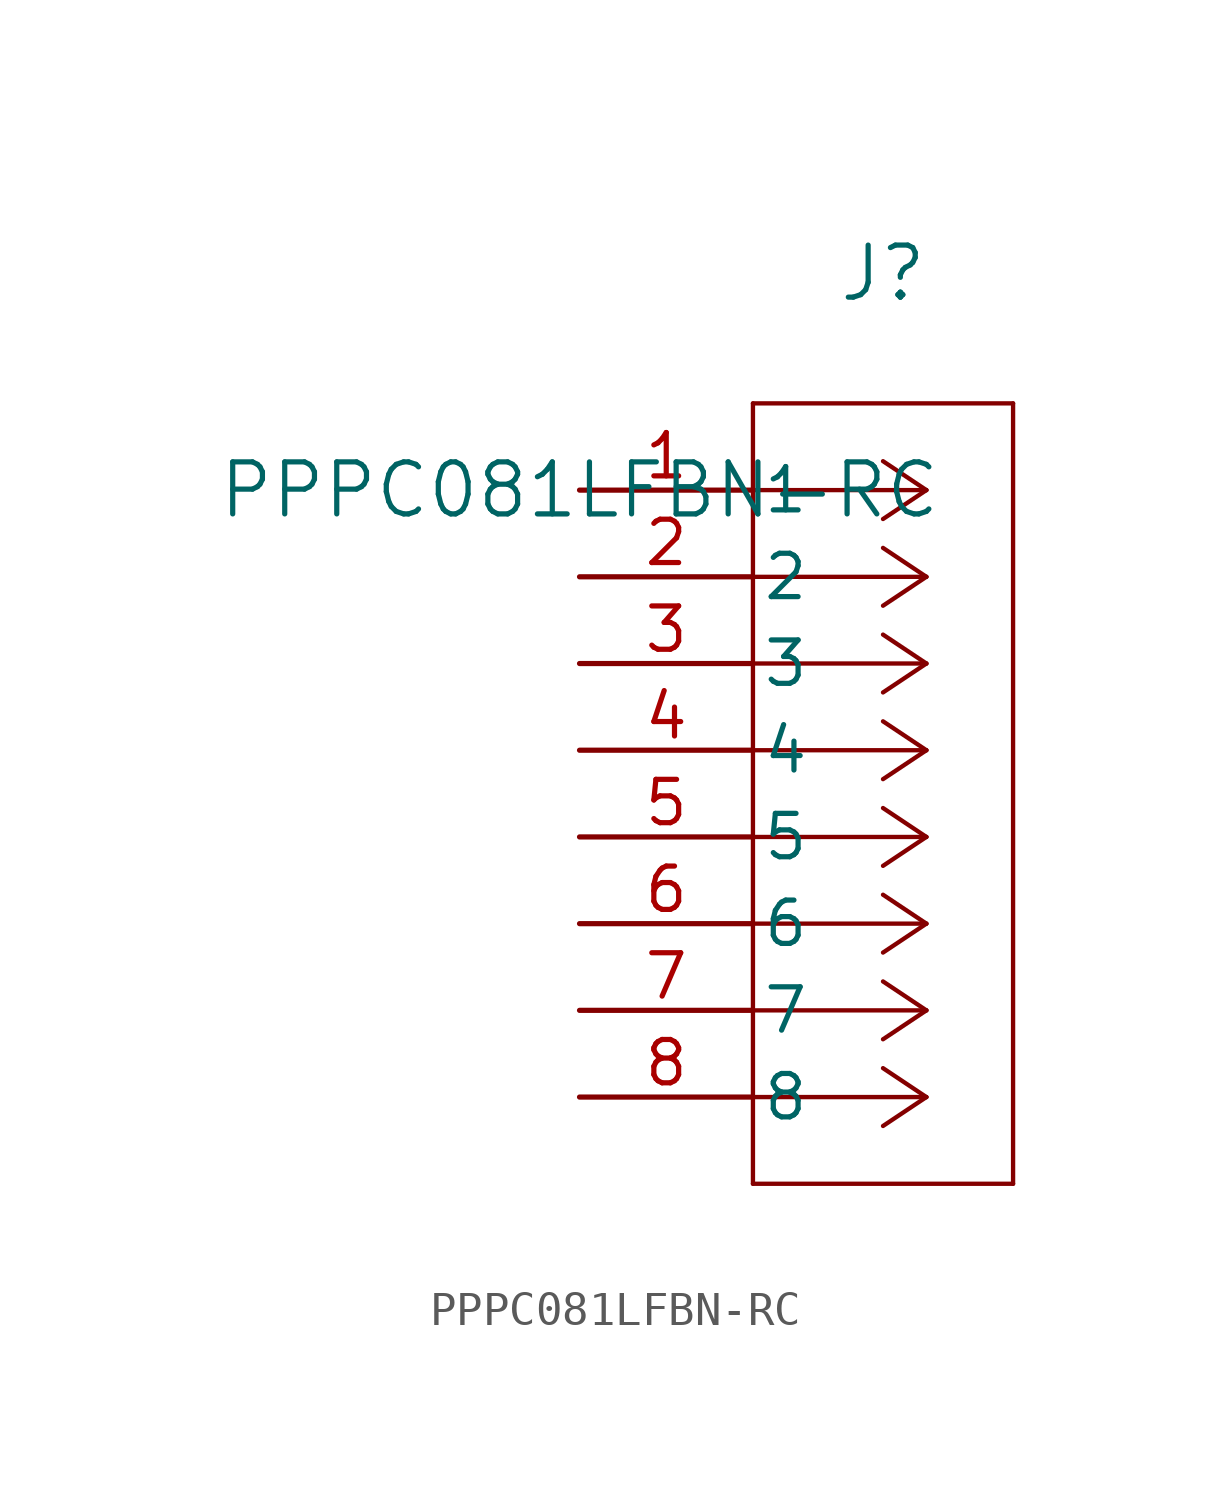
<source format=kicad_sym>
(kicad_symbol_lib
  (version 20211014)
  (generator kicad_symbol_editor)
  (symbol "PPPC081LFBN-RC"
    (pin_names
      (offset 0.254))
    (property "Reference" "J"
      (at 8.89 6.35 0)
      (effects (font (size 1.524 1.524))))
    (property "Value" "PPPC081LFBN-RC"
      (at 0 0 0)
      (effects (font (size 1.524 1.524))))
    (symbol "PPPC081LFBN-RC_0_1"
      (polyline (pts (xy 10.16 0) (xy 5.08 0)) (stroke (width 0.127) (type default) (color 0 0 0 0)) (fill (type none)))
      (polyline (pts (xy 10.16 -2.54) (xy 5.08 -2.54)) (stroke (width 0.127) (type default) (color 0 0 0 0)) (fill (type none)))
      (polyline (pts (xy 10.16 -5.08) (xy 5.08 -5.08)) (stroke (width 0.127) (type default) (color 0 0 0 0)) (fill (type none)))
      (polyline (pts (xy 10.16 -7.62) (xy 5.08 -7.62)) (stroke (width 0.127) (type default) (color 0 0 0 0)) (fill (type none)))
      (polyline (pts (xy 10.16 -10.16) (xy 5.08 -10.16)) (stroke (width 0.127) (type default) (color 0 0 0 0)) (fill (type none)))
      (polyline (pts (xy 10.16 -12.7) (xy 5.08 -12.7)) (stroke (width 0.127) (type default) (color 0 0 0 0)) (fill (type none)))
      (polyline (pts (xy 10.16 -15.24) (xy 5.08 -15.24)) (stroke (width 0.127) (type default) (color 0 0 0 0)) (fill (type none)))
      (polyline (pts (xy 10.16 -17.78) (xy 5.08 -17.78)) (stroke (width 0.127) (type default) (color 0 0 0 0)) (fill (type none)))
      (polyline (pts (xy 10.16 0) (xy 8.89 0.847)) (stroke (width 0.127) (type default) (color 0 0 0 0)) (fill (type none)))
      (polyline (pts (xy 10.16 -2.54) (xy 8.89 -1.693)) (stroke (width 0.127) (type default) (color 0 0 0 0)) (fill (type none)))
      (polyline (pts (xy 10.16 -5.08) (xy 8.89 -4.233)) (stroke (width 0.127) (type default) (color 0 0 0 0)) (fill (type none)))
      (polyline (pts (xy 10.16 -7.62) (xy 8.89 -6.773)) (stroke (width 0.127) (type default) (color 0 0 0 0)) (fill (type none)))
      (polyline (pts (xy 10.16 -10.16) (xy 8.89 -9.313)) (stroke (width 0.127) (type default) (color 0 0 0 0)) (fill (type none)))
      (polyline (pts (xy 10.16 -12.7) (xy 8.89 -11.853)) (stroke (width 0.127) (type default) (color 0 0 0 0)) (fill (type none)))
      (polyline (pts (xy 10.16 -15.24) (xy 8.89 -14.393)) (stroke (width 0.127) (type default) (color 0 0 0 0)) (fill (type none)))
      (polyline (pts (xy 10.16 -17.78) (xy 8.89 -16.933)) (stroke (width 0.127) (type default) (color 0 0 0 0)) (fill (type none)))
      (polyline (pts (xy 10.16 0) (xy 8.89 -0.847)) (stroke (width 0.127) (type default) (color 0 0 0 0)) (fill (type none)))
      (polyline (pts (xy 10.16 -2.54) (xy 8.89 -3.387)) (stroke (width 0.127) (type default) (color 0 0 0 0)) (fill (type none)))
      (polyline (pts (xy 10.16 -5.08) (xy 8.89 -5.927)) (stroke (width 0.127) (type default) (color 0 0 0 0)) (fill (type none)))
      (polyline (pts (xy 10.16 -7.62) (xy 8.89 -8.467)) (stroke (width 0.127) (type default) (color 0 0 0 0)) (fill (type none)))
      (polyline (pts (xy 10.16 -10.16) (xy 8.89 -11.007)) (stroke (width 0.127) (type default) (color 0 0 0 0)) (fill (type none)))
      (polyline (pts (xy 10.16 -12.7) (xy 8.89 -13.547)) (stroke (width 0.127) (type default) (color 0 0 0 0)) (fill (type none)))
      (polyline (pts (xy 10.16 -15.24) (xy 8.89 -16.087)) (stroke (width 0.127) (type default) (color 0 0 0 0)) (fill (type none)))
      (polyline (pts (xy 10.16 -17.78) (xy 8.89 -18.627)) (stroke (width 0.127) (type default) (color 0 0 0 0)) (fill (type none)))
      (polyline (pts (xy 5.08 2.54) (xy 5.08 -20.32)) (stroke (width 0.127) (type default) (color 0 0 0 0)) (fill (type none)))
      (polyline (pts (xy 5.08 -20.32) (xy 12.7 -20.32)) (stroke (width 0.127) (type default) (color 0 0 0 0)) (fill (type none)))
      (polyline (pts (xy 12.7 -20.32) (xy 12.7 2.54)) (stroke (width 0.127) (type default) (color 0 0 0 0)) (fill (type none)))
      (polyline (pts (xy 12.7 2.54) (xy 5.08 2.54)) (stroke (width 0.127) (type default) (color 0 0 0 0)) (fill (type none)))
      (pin unspecified line (at 0 0 0) (length 5.08) (name "1" (effects (font (size 1.27 1.27)))) (number "1" (effects (font (size 1.27 1.27)))))
      (pin unspecified line (at 0 -2.54 0) (length 5.08) (name "2" (effects (font (size 1.27 1.27)))) (number "2" (effects (font (size 1.27 1.27)))))
      (pin unspecified line (at 0 -5.08 0) (length 5.08) (name "3" (effects (font (size 1.27 1.27)))) (number "3" (effects (font (size 1.27 1.27)))))
      (pin unspecified line (at 0 -7.62 0) (length 5.08) (name "4" (effects (font (size 1.27 1.27)))) (number "4" (effects (font (size 1.27 1.27)))))
      (pin unspecified line (at 0 -10.16 0) (length 5.08) (name "5" (effects (font (size 1.27 1.27)))) (number "5" (effects (font (size 1.27 1.27)))))
      (pin unspecified line (at 0 -12.7 0) (length 5.08) (name "6" (effects (font (size 1.27 1.27)))) (number "6" (effects (font (size 1.27 1.27)))))
      (pin unspecified line (at 0 -15.24 0) (length 5.08) (name "7" (effects (font (size 1.27 1.27)))) (number "7" (effects (font (size 1.27 1.27)))))
      (pin unspecified line (at 0 -17.78 0) (length 5.08) (name "8" (effects (font (size 1.27 1.27)))) (number "8" (effects (font (size 1.27 1.27))))))))
</source>
